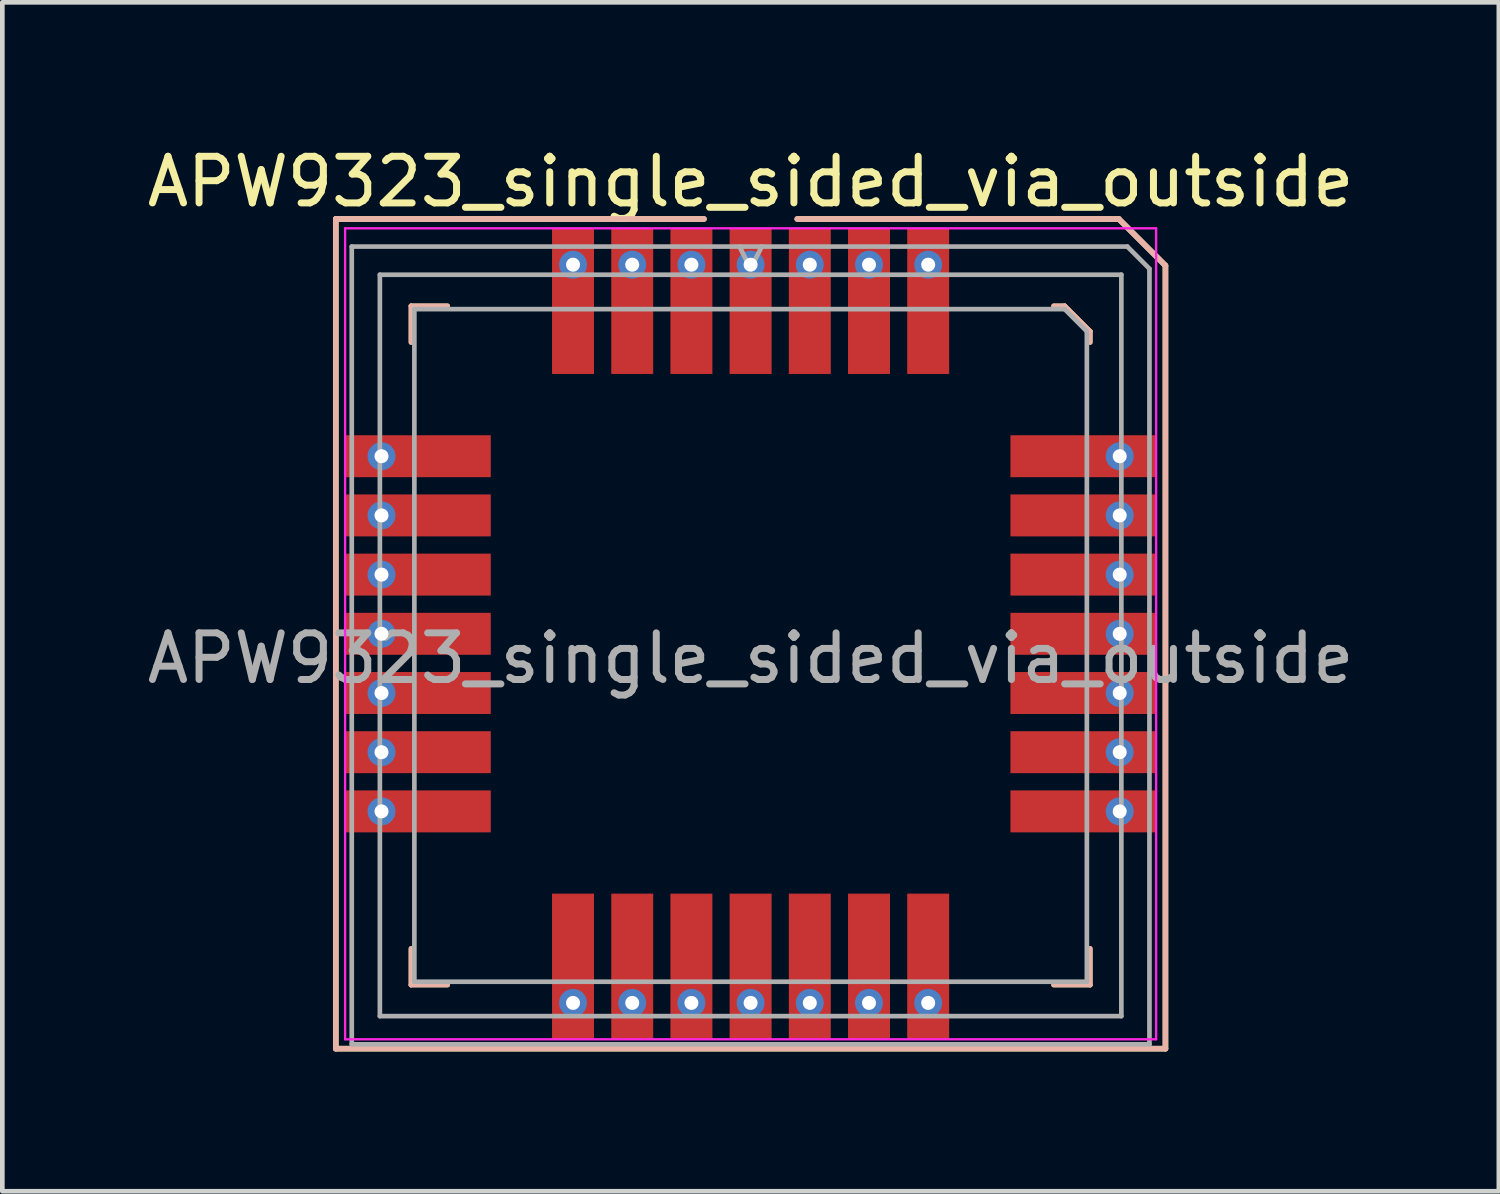
<source format=kicad_pcb>
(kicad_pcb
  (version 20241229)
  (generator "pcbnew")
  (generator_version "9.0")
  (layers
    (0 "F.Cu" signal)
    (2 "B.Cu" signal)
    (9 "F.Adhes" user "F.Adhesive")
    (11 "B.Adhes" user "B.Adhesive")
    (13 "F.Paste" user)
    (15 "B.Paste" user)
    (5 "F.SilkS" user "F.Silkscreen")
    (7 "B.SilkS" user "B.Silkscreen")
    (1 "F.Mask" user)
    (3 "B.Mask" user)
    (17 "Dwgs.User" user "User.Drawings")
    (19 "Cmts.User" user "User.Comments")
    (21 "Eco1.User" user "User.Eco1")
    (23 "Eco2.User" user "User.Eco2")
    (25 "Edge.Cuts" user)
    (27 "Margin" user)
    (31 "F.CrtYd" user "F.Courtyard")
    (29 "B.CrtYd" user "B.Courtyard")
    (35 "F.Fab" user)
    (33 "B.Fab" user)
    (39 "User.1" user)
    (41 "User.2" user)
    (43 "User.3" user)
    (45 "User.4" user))
  (footprint "APW9323_single_sided_via_outside"
    (layer "F.Cu")
    (at 13.054 10.548)
    (property "Reference" "APW9323_single_sided_via_outside" (at 0 -9.7 180) (layer "F.SilkS") (effects (font (size 1 1) (thickness 0.15))))
    (attr smd)
    (fp_line (start -8.9 -8.9) (end -1 -8.9) (stroke (width 0.12) (type solid)) (layer "F.SilkS"))
    (fp_line (start -8.9 8.9) (end -8.9 -8.9) (stroke (width 0.12) (type solid)) (layer "F.SilkS"))
    (fp_line (start -7.286 -7.036) (end -7.286 -6.252) (stroke (width 0.1) (type solid)) (layer "F.SilkS"))
    (fp_line (start -7.286 7.535) (end -7.286 6.751) (stroke (width 0.1) (type solid)) (layer "F.SilkS"))
    (fp_line (start -6.501 -7.036) (end -7.286 -7.036) (stroke (width 0.1) (type solid)) (layer "F.SilkS"))
    (fp_line (start -6.501 7.535) (end -7.286 7.535) (stroke (width 0.1) (type solid)) (layer "F.SilkS"))
    (fp_line (start 1 -8.9) (end 7.9 -8.9) (stroke (width 0.12) (type solid)) (layer "F.SilkS"))
    (fp_line (start 6.501 -7.036) (end 6.739 -7.036) (stroke (width 0.1) (type solid)) (layer "F.SilkS"))
    (fp_line (start 6.501 7.535) (end 7.286 7.535) (stroke (width 0.1) (type solid)) (layer "F.SilkS"))
    (fp_line (start 6.739 -7.036) (end 7.286 -6.489) (stroke (width 0.1) (type solid)) (layer "F.SilkS"))
    (fp_line (start 7.286 -6.489) (end 7.286 -6.252) (stroke (width 0.1) (type solid)) (layer "F.SilkS"))
    (fp_line (start 7.286 7.535) (end 7.286 6.751) (stroke (width 0.1) (type solid)) (layer "F.SilkS"))
    (fp_line (start 7.9 -8.9) (end 8.9 -7.9) (stroke (width 0.12) (type solid)) (layer "F.SilkS"))
    (fp_line (start 8.9 -7.9) (end 8.9 8.9) (stroke (width 0.12) (type solid)) (layer "F.SilkS"))
    (fp_line (start 8.9 8.9) (end -8.9 8.9) (stroke (width 0.12) (type solid)) (layer "F.SilkS"))
    (fp_line (start -8.9 -8.9) (end -1 -8.9) (stroke (width 0.12) (type solid)) (layer "B.SilkS"))
    (fp_line (start -8.9 8.9) (end -8.9 -8.9) (stroke (width 0.12) (type solid)) (layer "B.SilkS"))
    (fp_line (start -7.286 -7.036) (end -7.286 -6.252) (stroke (width 0.1) (type solid)) (layer "B.SilkS"))
    (fp_line (start -7.286 7.535) (end -7.286 6.751) (stroke (width 0.1) (type solid)) (layer "B.SilkS"))
    (fp_line (start -6.501 -7.036) (end -7.286 -7.036) (stroke (width 0.1) (type solid)) (layer "B.SilkS"))
    (fp_line (start -6.501 7.535) (end -7.286 7.535) (stroke (width 0.1) (type solid)) (layer "B.SilkS"))
    (fp_line (start 1 -8.9) (end 7.9 -8.9) (stroke (width 0.12) (type solid)) (layer "B.SilkS"))
    (fp_line (start 6.501 -7.036) (end 6.739 -7.036) (stroke (width 0.1) (type solid)) (layer "B.SilkS"))
    (fp_line (start 6.501 7.535) (end 7.286 7.535) (stroke (width 0.1) (type solid)) (layer "B.SilkS"))
    (fp_line (start 6.739 -7.036) (end 7.286 -6.489) (stroke (width 0.1) (type solid)) (layer "B.SilkS"))
    (fp_line (start 7.286 -6.489) (end 7.286 -6.252) (stroke (width 0.1) (type solid)) (layer "B.SilkS"))
    (fp_line (start 7.286 7.535) (end 7.286 6.751) (stroke (width 0.1) (type solid)) (layer "B.SilkS"))
    (fp_line (start 7.9 -8.9) (end 8.9 -7.9) (stroke (width 0.12) (type solid)) (layer "B.SilkS"))
    (fp_line (start 8.9 -7.9) (end 8.9 8.9) (stroke (width 0.12) (type solid)) (layer "B.SilkS"))
    (fp_line (start 8.9 8.9) (end -8.9 8.9) (stroke (width 0.12) (type solid)) (layer "B.SilkS"))
    (fp_line (start -8.7 -8.7) (end 8.7 -8.7) (stroke (width 0.05) (type solid)) (layer "F.CrtYd"))
    (fp_line (start -8.7 8.7) (end -8.7 -8.7) (stroke (width 0.05) (type solid)) (layer "F.CrtYd"))
    (fp_line (start 8.7 -8.7) (end 8.7 8.7) (stroke (width 0.05) (type solid)) (layer "F.CrtYd"))
    (fp_line (start 8.7 8.7) (end -8.7 8.7) (stroke (width 0.05) (type solid)) (layer "F.CrtYd"))
    (fp_line (start -8.557 -8.308) (end 8.082 -8.308) (stroke (width 0.1) (type solid)) (layer "F.Fab"))
    (fp_line (start -8.557 8.807) (end -8.557 -8.308) (stroke (width 0.1) (type solid)) (layer "F.Fab"))
    (fp_line (start -7.954 -7.704) (end 7.954 -7.704) (stroke (width 0.1) (type solid)) (layer "F.Fab"))
    (fp_line (start -7.954 8.203) (end -7.954 -7.704) (stroke (width 0.1) (type solid)) (layer "F.Fab"))
    (fp_line (start -7.214 -6.965) (end 6.739 -6.965) (stroke (width 0.1) (type solid)) (layer "F.Fab"))
    (fp_line (start -7.214 7.464) (end -7.214 -6.965) (stroke (width 0.1) (type solid)) (layer "F.Fab"))
    (fp_line (start 0 -7.832) (end -0.238 -8.308) (stroke (width 0.1) (type solid)) (layer "F.Fab"))
    (fp_line (start 0.238 -8.308) (end 0 -7.832) (stroke (width 0.1) (type solid)) (layer "F.Fab"))
    (fp_line (start 6.739 -6.965) (end 7.214 -6.489) (stroke (width 0.1) (type solid)) (layer "F.Fab"))
    (fp_line (start 7.214 -6.489) (end 7.214 7.464) (stroke (width 0.1) (type solid)) (layer "F.Fab"))
    (fp_line (start 7.214 7.464) (end -7.214 7.464) (stroke (width 0.1) (type solid)) (layer "F.Fab"))
    (fp_line (start 7.954 -7.704) (end 7.954 8.203) (stroke (width 0.1) (type solid)) (layer "F.Fab"))
    (fp_line (start 7.954 8.203) (end -7.954 8.203) (stroke (width 0.1) (type solid)) (layer "F.Fab"))
    (fp_line (start 8.082 -8.308) (end 8.557 -7.832) (stroke (width 0.1) (type solid)) (layer "F.Fab"))
    (fp_line (start 8.557 -7.832) (end 8.557 8.807) (stroke (width 0.1) (type solid)) (layer "F.Fab"))
    (fp_line (start 8.557 8.807) (end -8.557 8.807) (stroke (width 0.1) (type solid)) (layer "F.Fab"))
    (fp_text user "${REFERENCE}" (at 0 0.525 180) (layer "F.Fab") (effects (font (size 1 1) (thickness 0.15))))
    (pad "" thru_hole circle (at -7.919 -3.81) (size 0.6 0.6) (drill 0.3) (layers "*.Cu" "*.Mask"))
    (pad "" thru_hole circle (at -7.919 -2.54) (size 0.6 0.6) (drill 0.3) (layers "*.Cu" "*.Mask"))
    (pad "" thru_hole circle (at -7.919 -1.27) (size 0.6 0.6) (drill 0.3) (layers "*.Cu" "*.Mask"))
    (pad "" thru_hole circle (at -7.919 0) (size 0.6 0.6) (drill 0.3) (layers "*.Cu" "*.Mask"))
    (pad "" thru_hole circle (at -7.919 1.27) (size 0.6 0.6) (drill 0.3) (layers "*.Cu" "*.Mask"))
    (pad "" thru_hole circle (at -7.919 2.54) (size 0.6 0.6) (drill 0.3) (layers "*.Cu" "*.Mask"))
    (pad "" thru_hole circle (at -7.919 3.81) (size 0.6 0.6) (drill 0.3) (layers "*.Cu" "*.Mask"))
    (pad "" thru_hole circle (at -3.81 -7.919) (size 0.6 0.6) (drill 0.3) (layers "*.Cu" "*.Mask"))
    (pad "" thru_hole circle (at -3.81 7.919) (size 0.6 0.6) (drill 0.3) (layers "*.Cu" "*.Mask"))
    (pad "" thru_hole circle (at -2.54 -7.919) (size 0.6 0.6) (drill 0.3) (layers "*.Cu" "*.Mask"))
    (pad "" thru_hole circle (at -2.54 7.919) (size 0.6 0.6) (drill 0.3) (layers "*.Cu" "*.Mask"))
    (pad "" thru_hole circle (at -1.27 -7.919) (size 0.6 0.6) (drill 0.3) (layers "*.Cu" "*.Mask"))
    (pad "" thru_hole circle (at -1.27 7.919) (size 0.6 0.6) (drill 0.3) (layers "*.Cu" "*.Mask"))
    (pad "" thru_hole circle (at 0 -7.919) (size 0.6 0.6) (drill 0.3) (layers "*.Cu" "*.Mask"))
    (pad "" thru_hole circle (at 0 7.919) (size 0.6 0.6) (drill 0.3) (layers "*.Cu" "*.Mask"))
    (pad "" thru_hole circle (at 1.27 -7.919) (size 0.6 0.6) (drill 0.3) (layers "*.Cu" "*.Mask"))
    (pad "" thru_hole circle (at 1.27 7.919) (size 0.6 0.6) (drill 0.3) (layers "*.Cu" "*.Mask"))
    (pad "" thru_hole circle (at 2.54 -7.919) (size 0.6 0.6) (drill 0.3) (layers "*.Cu" "*.Mask"))
    (pad "" thru_hole circle (at 2.54 7.919) (size 0.6 0.6) (drill 0.3) (layers "*.Cu" "*.Mask"))
    (pad "" thru_hole circle (at 3.81 -7.919) (size 0.6 0.6) (drill 0.3) (layers "*.Cu" "*.Mask"))
    (pad "" thru_hole circle (at 3.81 7.919) (size 0.6 0.6) (drill 0.3) (layers "*.Cu" "*.Mask"))
    (pad "" thru_hole circle (at 7.919 -3.81) (size 0.6 0.6) (drill 0.3) (layers "*.Cu" "*.Mask"))
    (pad "" thru_hole circle (at 7.919 -2.54) (size 0.6 0.6) (drill 0.3) (layers "*.Cu" "*.Mask"))
    (pad "" thru_hole circle (at 7.919 -1.27) (size 0.6 0.6) (drill 0.3) (layers "*.Cu" "*.Mask"))
    (pad "" thru_hole circle (at 7.919 0) (size 0.6 0.6) (drill 0.3) (layers "*.Cu" "*.Mask"))
    (pad "" thru_hole circle (at 7.919 1.27) (size 0.6 0.6) (drill 0.3) (layers "*.Cu" "*.Mask"))
    (pad "" thru_hole circle (at 7.919 2.54) (size 0.6 0.6) (drill 0.3) (layers "*.Cu" "*.Mask"))
    (pad "" thru_hole circle (at 7.919 3.81) (size 0.6 0.6) (drill 0.3) (layers "*.Cu" "*.Mask"))
    (pad "1" smd rect (at 0 -7.137) (size 0.9 3.125) (layers "F.Cu" "F.Mask" "F.Paste"))
    (pad "2" smd rect (at 1.27 -7.137) (size 0.9 3.125) (layers "F.Cu" "F.Mask" "F.Paste"))
    (pad "3" smd rect (at 2.54 -7.137) (size 0.9 3.125) (layers "F.Cu" "F.Mask" "F.Paste"))
    (pad "4" smd rect (at 3.81 -7.137) (size 0.9 3.125) (layers "F.Cu" "F.Mask" "F.Paste"))
    (pad "5" smd rect (at 7.137 -3.81) (size 3.125 0.9) (layers "F.Cu" "F.Mask" "F.Paste"))
    (pad "6" smd rect (at 7.137 -2.54) (size 3.125 0.9) (layers "F.Cu" "F.Mask" "F.Paste"))
    (pad "7" smd rect (at 7.137 -1.27) (size 3.125 0.9) (layers "F.Cu" "F.Mask" "F.Paste"))
    (pad "8" smd rect (at 7.137 0) (size 3.125 0.9) (layers "F.Cu" "F.Mask" "F.Paste"))
    (pad "9" smd rect (at 7.137 1.27) (size 3.125 0.9) (layers "F.Cu" "F.Mask" "F.Paste"))
    (pad "10" smd rect (at 7.137 2.54) (size 3.125 0.9) (layers "F.Cu" "F.Mask" "F.Paste"))
    (pad "11" smd rect (at 7.137 3.81) (size 3.125 0.9) (layers "F.Cu" "F.Mask" "F.Paste"))
    (pad "12" smd rect (at 3.81 7.137) (size 0.9 3.125) (layers "F.Cu" "F.Mask" "F.Paste"))
    (pad "13" smd rect (at 2.54 7.137) (size 0.9 3.125) (layers "F.Cu" "F.Mask" "F.Paste"))
    (pad "14" smd rect (at 1.27 7.137) (size 0.9 3.125) (layers "F.Cu" "F.Mask" "F.Paste"))
    (pad "15" smd rect (at 0 7.137) (size 0.9 3.125) (layers "F.Cu" "F.Mask" "F.Paste"))
    (pad "16" smd rect (at -1.27 7.137) (size 0.9 3.125) (layers "F.Cu" "F.Mask" "F.Paste"))
    (pad "17" smd rect (at -2.54 7.137) (size 0.9 3.125) (layers "F.Cu" "F.Mask" "F.Paste"))
    (pad "18" smd rect (at -3.81 7.137) (size 0.9 3.125) (layers "F.Cu" "F.Mask" "F.Paste"))
    (pad "19" smd rect (at -7.137 3.81) (size 3.125 0.9) (layers "F.Cu" "F.Mask" "F.Paste"))
    (pad "20" smd rect (at -7.137 2.54) (size 3.125 0.9) (layers "F.Cu" "F.Mask" "F.Paste"))
    (pad "21" smd rect (at -7.137 1.27) (size 3.125 0.9) (layers "F.Cu" "F.Mask" "F.Paste"))
    (pad "22" smd rect (at -7.137 0) (size 3.125 0.9) (layers "F.Cu" "F.Mask" "F.Paste"))
    (pad "23" smd rect (at -7.137 -1.27) (size 3.125 0.9) (layers "F.Cu" "F.Mask" "F.Paste"))
    (pad "24" smd rect (at -7.137 -2.54) (size 3.125 0.9) (layers "F.Cu" "F.Mask" "F.Paste"))
    (pad "25" smd rect (at -7.137 -3.81) (size 3.125 0.9) (layers "F.Cu" "F.Mask" "F.Paste"))
    (pad "26" smd rect (at -3.81 -7.137) (size 0.9 3.125) (layers "F.Cu" "F.Mask" "F.Paste"))
    (pad "27" smd rect (at -2.54 -7.137) (size 0.9 3.125) (layers "F.Cu" "F.Mask" "F.Paste"))
    (pad "28" smd rect (at -1.27 -7.137) (size 0.9 3.125) (layers "F.Cu" "F.Mask" "F.Paste")))
  (gr_rect
    (start -3 -3)
    (end 29.107 22.508)
    (stroke (width 0.1) (type default))
    (fill no)
    (layer "Edge.Cuts")))
</source>
